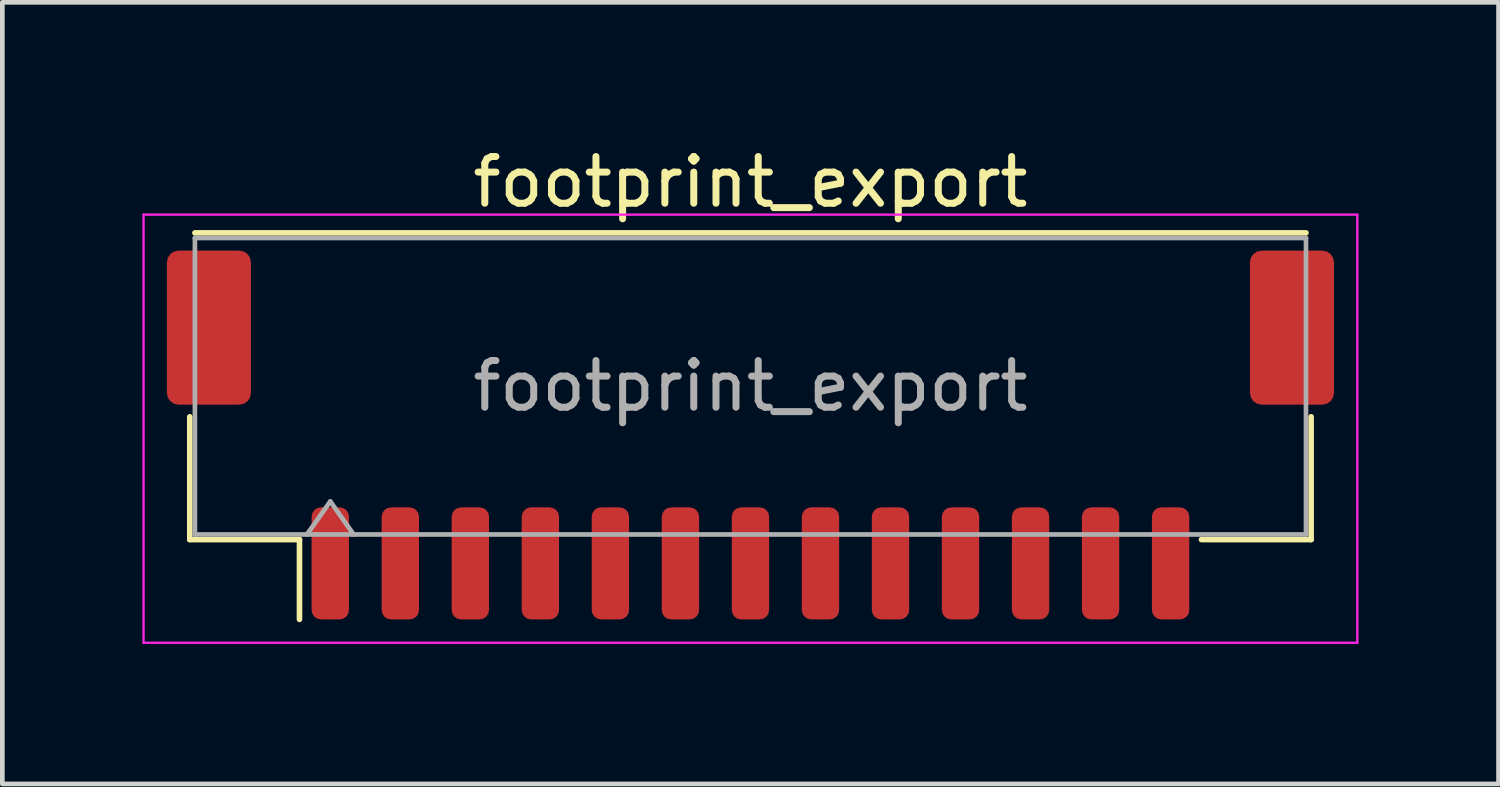
<source format=kicad_pcb>
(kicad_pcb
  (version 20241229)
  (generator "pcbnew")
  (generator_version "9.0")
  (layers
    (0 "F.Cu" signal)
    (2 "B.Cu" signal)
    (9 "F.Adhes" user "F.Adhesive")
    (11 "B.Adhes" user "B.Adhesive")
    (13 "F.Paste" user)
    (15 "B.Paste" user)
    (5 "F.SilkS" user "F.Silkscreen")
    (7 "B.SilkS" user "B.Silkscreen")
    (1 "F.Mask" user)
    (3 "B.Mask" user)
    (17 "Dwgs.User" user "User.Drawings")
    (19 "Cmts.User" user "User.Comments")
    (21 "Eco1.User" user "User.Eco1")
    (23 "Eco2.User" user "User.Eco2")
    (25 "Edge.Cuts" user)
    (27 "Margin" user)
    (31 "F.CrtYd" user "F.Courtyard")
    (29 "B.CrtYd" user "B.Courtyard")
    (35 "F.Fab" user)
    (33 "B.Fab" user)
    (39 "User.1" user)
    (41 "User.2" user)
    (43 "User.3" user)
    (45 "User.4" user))
  (footprint "footprint_export"
    (layer "F.Cu")
    (at 13.025 6.268)
    (property "Reference" "footprint_export" (at 0 -5.42 0) (layer "F.SilkS") (effects (font (size 1 1) (thickness 0.15))))
    (attr smd)
    (fp_line (start -12.01 -0.39) (end -12.01 2.24) (stroke (width 0.12) (type solid)) (layer "F.SilkS"))
    (fp_line (start -12.01 2.24) (end -9.66 2.24) (stroke (width 0.12) (type solid)) (layer "F.SilkS"))
    (fp_line (start -11.9 -4.33) (end 11.9 -4.33) (stroke (width 0.12) (type solid)) (layer "F.SilkS"))
    (fp_line (start -9.66 2.24) (end -9.66 3.95) (stroke (width 0.12) (type solid)) (layer "F.SilkS"))
    (fp_line (start 12.01 -0.39) (end 12.01 2.24) (stroke (width 0.12) (type solid)) (layer "F.SilkS"))
    (fp_line (start 12.01 2.24) (end 9.66 2.24) (stroke (width 0.12) (type solid)) (layer "F.SilkS"))
    (fp_line (start -13 -4.72) (end -13 4.45) (stroke (width 0.05) (type solid)) (layer "F.CrtYd"))
    (fp_line (start -13 4.45) (end 13 4.45) (stroke (width 0.05) (type solid)) (layer "F.CrtYd"))
    (fp_line (start 13 -4.72) (end -13 -4.72) (stroke (width 0.05) (type solid)) (layer "F.CrtYd"))
    (fp_line (start 13 4.45) (end 13 -4.72) (stroke (width 0.05) (type solid)) (layer "F.CrtYd"))
    (fp_line (start -11.9 -4.22) (end 11.9 -4.22) (stroke (width 0.1) (type solid)) (layer "F.Fab"))
    (fp_line (start -11.9 2.13) (end -11.9 -4.22) (stroke (width 0.1) (type solid)) (layer "F.Fab"))
    (fp_line (start -11.9 2.13) (end 11.9 2.13) (stroke (width 0.1) (type solid)) (layer "F.Fab"))
    (fp_line (start -9.5 2.13) (end -9 1.423) (stroke (width 0.1) (type solid)) (layer "F.Fab"))
    (fp_line (start -9 1.423) (end -8.5 2.13) (stroke (width 0.1) (type solid)) (layer "F.Fab"))
    (fp_line (start 11.9 2.13) (end 11.9 -4.22) (stroke (width 0.1) (type solid)) (layer "F.Fab"))
    (fp_text user "${REFERENCE}" (at 0 -1.05 0) (layer "F.Fab") (effects (font (size 1 1) (thickness 0.15))))
    (pad "1" smd roundrect (at -9 2.75) (size 0.8 2.4) (layers "F.Cu" "F.Mask" "F.Paste") (roundrect_rratio 0.25))
    (pad "2" smd roundrect (at -7.5 2.75) (size 0.8 2.4) (layers "F.Cu" "F.Mask" "F.Paste") (roundrect_rratio 0.25))
    (pad "3" smd roundrect (at -6 2.75) (size 0.8 2.4) (layers "F.Cu" "F.Mask" "F.Paste") (roundrect_rratio 0.25))
    (pad "4" smd roundrect (at -4.5 2.75) (size 0.8 2.4) (layers "F.Cu" "F.Mask" "F.Paste") (roundrect_rratio 0.25))
    (pad "5" smd roundrect (at -3 2.75) (size 0.8 2.4) (layers "F.Cu" "F.Mask" "F.Paste") (roundrect_rratio 0.25))
    (pad "6" smd roundrect (at -1.5 2.75) (size 0.8 2.4) (layers "F.Cu" "F.Mask" "F.Paste") (roundrect_rratio 0.25))
    (pad "7" smd roundrect (at 0 2.75) (size 0.8 2.4) (layers "F.Cu" "F.Mask" "F.Paste") (roundrect_rratio 0.25))
    (pad "8" smd roundrect (at 1.5 2.75) (size 0.8 2.4) (layers "F.Cu" "F.Mask" "F.Paste") (roundrect_rratio 0.25))
    (pad "9" smd roundrect (at 3 2.75) (size 0.8 2.4) (layers "F.Cu" "F.Mask" "F.Paste") (roundrect_rratio 0.25))
    (pad "10" smd roundrect (at 4.5 2.75) (size 0.8 2.4) (layers "F.Cu" "F.Mask" "F.Paste") (roundrect_rratio 0.25))
    (pad "11" smd roundrect (at 6 2.75) (size 0.8 2.4) (layers "F.Cu" "F.Mask" "F.Paste") (roundrect_rratio 0.25))
    (pad "12" smd roundrect (at 7.5 2.75) (size 0.8 2.4) (layers "F.Cu" "F.Mask" "F.Paste") (roundrect_rratio 0.25))
    (pad "13" smd roundrect (at 9 2.75) (size 0.8 2.4) (layers "F.Cu" "F.Mask" "F.Paste") (roundrect_rratio 0.25))
    (pad "MP" smd roundrect (at -11.6 -2.3) (size 1.8 3.3) (layers "F.Cu" "F.Mask" "F.Paste") (roundrect_rratio 0.139))
    (pad "MP" smd roundrect (at 11.6 -2.3) (size 1.8 3.3) (layers "F.Cu" "F.Mask" "F.Paste") (roundrect_rratio 0.139)))
  (gr_rect
    (start -3 -3)
    (end 29.05 13.743)
    (stroke (width 0.1) (type default))
    (fill no)
    (layer "Edge.Cuts")))
</source>
